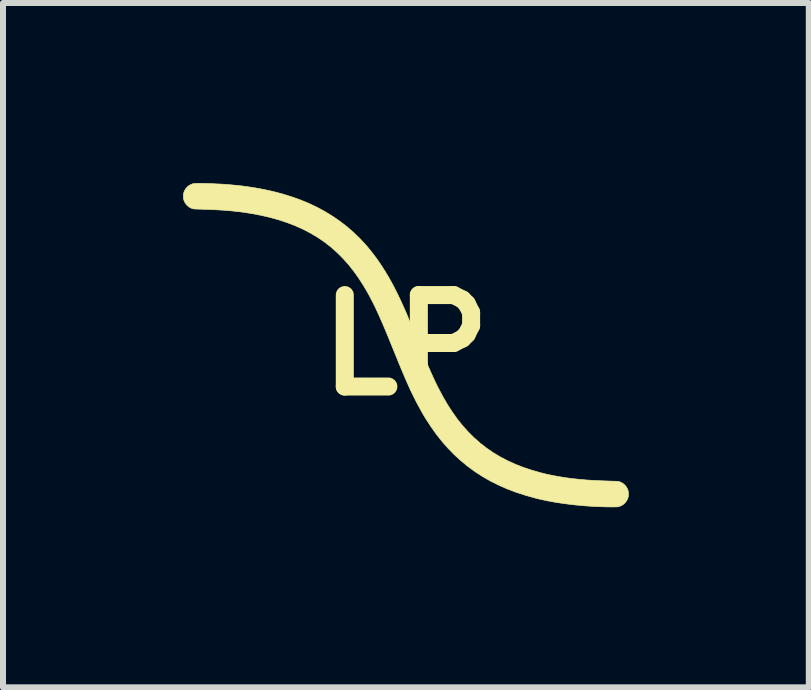
<source format=kicad_pcb>
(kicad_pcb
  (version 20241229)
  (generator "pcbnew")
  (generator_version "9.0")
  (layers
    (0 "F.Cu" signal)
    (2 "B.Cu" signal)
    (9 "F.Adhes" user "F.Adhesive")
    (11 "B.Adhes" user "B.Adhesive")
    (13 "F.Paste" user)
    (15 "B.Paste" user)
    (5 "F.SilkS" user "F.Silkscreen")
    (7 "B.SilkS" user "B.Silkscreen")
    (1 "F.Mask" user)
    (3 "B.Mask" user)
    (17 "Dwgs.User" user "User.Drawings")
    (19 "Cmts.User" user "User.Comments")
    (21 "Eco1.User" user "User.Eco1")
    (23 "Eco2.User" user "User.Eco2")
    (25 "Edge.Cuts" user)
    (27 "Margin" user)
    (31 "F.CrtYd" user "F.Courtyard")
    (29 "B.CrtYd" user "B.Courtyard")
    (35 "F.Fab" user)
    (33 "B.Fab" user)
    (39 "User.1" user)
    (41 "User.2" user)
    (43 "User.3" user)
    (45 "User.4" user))
  (footprint "LP"
    (layer "F.Cu")
    (at 3.711 2.701)
    (property "Reference" "LP" (at 0 0 0) (layer "F.SilkS") (effects (font (size 1.524 1.524) (thickness 0.3))))
    (attr through_hole)
    (fp_poly (pts (xy -3.397 -2.696) (xy -3.353 -2.695) (xy -3.307 -2.694) (xy -3.257 -2.692) (xy -3.206 -2.69) (xy -3.154 -2.687) (xy -3.102 -2.685) (xy -3.05 -2.682) (xy -3.001 -2.679) (xy -2.953 -2.675) (xy -2.909 -2.671) (xy -2.907 -2.671) (xy -2.723 -2.652) (xy -2.545 -2.627) (xy -2.373 -2.596) (xy -2.208 -2.56) (xy -2.049 -2.518) (xy -1.895 -2.47) (xy -1.747 -2.417) (xy -1.606 -2.358) (xy -1.469 -2.293) (xy -1.338 -2.221) (xy -1.213 -2.144) (xy -1.093 -2.061) (xy -0.978 -1.972) (xy -0.869 -1.877) (xy -0.764 -1.776) (xy -0.664 -1.668) (xy -0.616 -1.611) (xy -0.544 -1.521) (xy -0.474 -1.427) (xy -0.407 -1.329) (xy -0.341 -1.225) (xy -0.276 -1.116) (xy -0.212 -1) (xy -0.149 -0.877) (xy -0.086 -0.746) (xy -0.029 -0.62) (xy -0.012 -0.582) (xy 0.008 -0.537) (xy 0.029 -0.485) (xy 0.053 -0.428) (xy 0.079 -0.366) (xy 0.106 -0.301) (xy 0.134 -0.232) (xy 0.163 -0.161) (xy 0.192 -0.089) (xy 0.197 -0.078) (xy 0.236 0.019) (xy 0.273 0.109) (xy 0.307 0.192) (xy 0.339 0.269) (xy 0.369 0.34) (xy 0.398 0.407) (xy 0.425 0.468) (xy 0.452 0.526) (xy 0.477 0.581) (xy 0.502 0.633) (xy 0.526 0.683) (xy 0.551 0.731) (xy 0.576 0.778) (xy 0.601 0.825) (xy 0.619 0.859) (xy 0.696 0.992) (xy 0.777 1.116) (xy 0.86 1.233) (xy 0.948 1.343) (xy 1.04 1.445) (xy 1.136 1.541) (xy 1.237 1.63) (xy 1.343 1.713) (xy 1.453 1.789) (xy 1.569 1.859) (xy 1.691 1.923) (xy 1.818 1.981) (xy 1.952 2.034) (xy 2.092 2.081) (xy 2.238 2.123) (xy 2.252 2.127) (xy 2.35 2.151) (xy 2.451 2.172) (xy 2.554 2.191) (xy 2.66 2.208) (xy 2.771 2.223) (xy 2.887 2.235) (xy 3.008 2.246) (xy 3.135 2.254) (xy 3.269 2.26) (xy 3.404 2.265) (xy 3.442 2.266) (xy 3.473 2.267) (xy 3.498 2.267) (xy 3.517 2.269) (xy 3.532 2.27) (xy 3.543 2.271) (xy 3.553 2.273) (xy 3.561 2.275) (xy 3.566 2.277) (xy 3.605 2.295) (xy 3.639 2.32) (xy 3.668 2.351) (xy 3.69 2.388) (xy 3.702 2.417) (xy 3.708 2.44) (xy 3.71 2.468) (xy 3.71 2.497) (xy 3.707 2.525) (xy 3.703 2.544) (xy 3.685 2.584) (xy 3.661 2.619) (xy 3.631 2.649) (xy 3.596 2.672) (xy 3.556 2.688) (xy 3.539 2.692) (xy 3.528 2.694) (xy 3.508 2.695) (xy 3.481 2.695) (xy 3.448 2.696) (xy 3.409 2.695) (xy 3.364 2.695) (xy 3.315 2.694) (xy 3.147 2.688) (xy 2.981 2.677) (xy 2.818 2.662) (xy 2.659 2.643) (xy 2.505 2.62) (xy 2.356 2.593) (xy 2.214 2.562) (xy 2.151 2.546) (xy 1.991 2.501) (xy 1.837 2.451) (xy 1.689 2.395) (xy 1.547 2.332) (xy 1.411 2.264) (xy 1.28 2.189) (xy 1.154 2.108) (xy 1.034 2.02) (xy 0.919 1.926) (xy 0.809 1.826) (xy 0.704 1.718) (xy 0.604 1.604) (xy 0.508 1.483) (xy 0.417 1.354) (xy 0.329 1.219) (xy 0.295 1.162) (xy 0.265 1.109) (xy 0.235 1.055) (xy 0.205 1.001) (xy 0.176 0.946) (xy 0.147 0.889) (xy 0.118 0.83) (xy 0.088 0.767) (xy 0.057 0.701) (xy 0.026 0.632) (xy -0.007 0.557) (xy -0.041 0.477) (xy -0.077 0.392) (xy -0.115 0.3) (xy -0.155 0.201) (xy -0.197 0.099) (xy -0.239 -0.005) (xy -0.279 -0.103) (xy -0.316 -0.193) (xy -0.351 -0.277) (xy -0.384 -0.355) (xy -0.416 -0.427) (xy -0.446 -0.495) (xy -0.475 -0.558) (xy -0.502 -0.617) (xy -0.529 -0.673) (xy -0.556 -0.726) (xy -0.582 -0.777) (xy -0.608 -0.826) (xy -0.635 -0.874) (xy -0.661 -0.92) (xy -0.689 -0.967) (xy -0.701 -0.987) (xy -0.781 -1.112) (xy -0.864 -1.229) (xy -0.951 -1.339) (xy -1.042 -1.441) (xy -1.137 -1.536) (xy -1.235 -1.625) (xy -1.338 -1.706) (xy -1.375 -1.733) (xy -1.484 -1.806) (xy -1.599 -1.873) (xy -1.719 -1.935) (xy -1.845 -1.991) (xy -1.978 -2.042) (xy -2.116 -2.088) (xy -2.26 -2.128) (xy -2.411 -2.163) (xy -2.568 -2.193) (xy -2.731 -2.218) (xy -2.901 -2.237) (xy -2.97 -2.243) (xy -3.031 -2.248) (xy -3.096 -2.252) (xy -3.166 -2.256) (xy -3.242 -2.259) (xy -3.324 -2.262) (xy -3.401 -2.265) (xy -3.44 -2.266) (xy -3.47 -2.267) (xy -3.495 -2.268) (xy -3.514 -2.269) (xy -3.529 -2.27) (xy -3.54 -2.271) (xy -3.549 -2.273) (xy -3.557 -2.275) (xy -3.562 -2.277) (xy -3.6 -2.295) (xy -3.635 -2.32) (xy -3.663 -2.351) (xy -3.686 -2.388) (xy -3.698 -2.417) (xy -3.703 -2.44) (xy -3.706 -2.468) (xy -3.706 -2.497) (xy -3.703 -2.525) (xy -3.698 -2.544) (xy -3.681 -2.584) (xy -3.657 -2.619) (xy -3.627 -2.649) (xy -3.592 -2.671) (xy -3.552 -2.688) (xy -3.533 -2.692) (xy -3.519 -2.694) (xy -3.498 -2.695) (xy -3.47 -2.696) (xy -3.436 -2.696) (xy -3.397 -2.696)) (stroke (width 0.01) (type solid)) (fill yes) (layer "F.SilkS")))
  (gr_rect
    (start -3 -3)
    (end 10.426 8.402)
    (stroke (width 0.1) (type default))
    (fill no)
    (layer "Edge.Cuts")))
</source>
